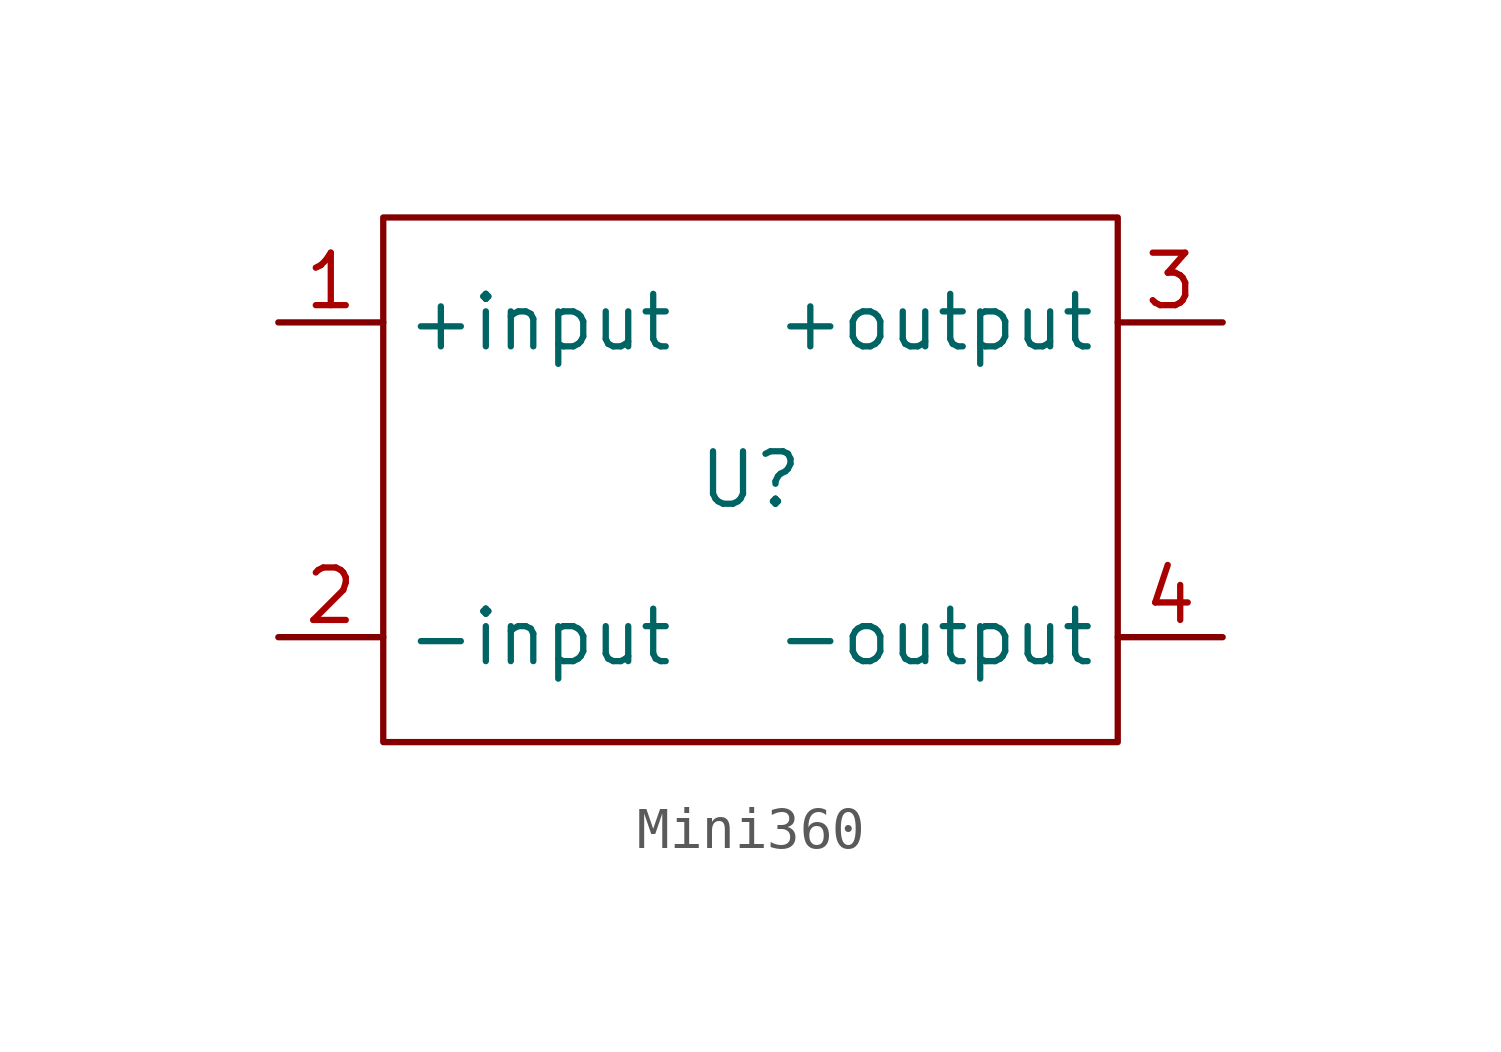
<source format=kicad_sym>
(kicad_symbol_lib
  (version 20231120)
  (generator "kicad_symbol_editor")
  (generator_version "8.0")
  (symbol "Mini360"
    (property "Reference" "U"
      (at 0 0 0)
      (effects (font (size 1.27 1.27))))
    (property "Value" ""
      (at 0 0 0)
      (effects (font (size 1.27 1.27))))
    (symbol "Mini360_0_1"
      (rectangle (start -8.89 6.35) (end 8.89 -6.35) (stroke (width 0) (type default)) (fill (type none))))
    (symbol "Mini360_1_1"
      (pin input line (at -11.43 3.81 0) (length 2.54) (name "+input" (effects (font (size 1.27 1.27)))) (number "1" (effects (font (size 1.27 1.27)))))
      (pin input line (at -11.43 -3.81 0) (length 2.54) (name "-input" (effects (font (size 1.27 1.27)))) (number "2" (effects (font (size 1.27 1.27)))))
      (pin output line (at 11.43 3.81 180) (length 2.54) (name "+output" (effects (font (size 1.27 1.27)))) (number "3" (effects (font (size 1.27 1.27)))))
      (pin output line (at 11.43 -3.81 180) (length 2.54) (name "-output" (effects (font (size 1.27 1.27)))) (number "4" (effects (font (size 1.27 1.27))))))))
</source>
